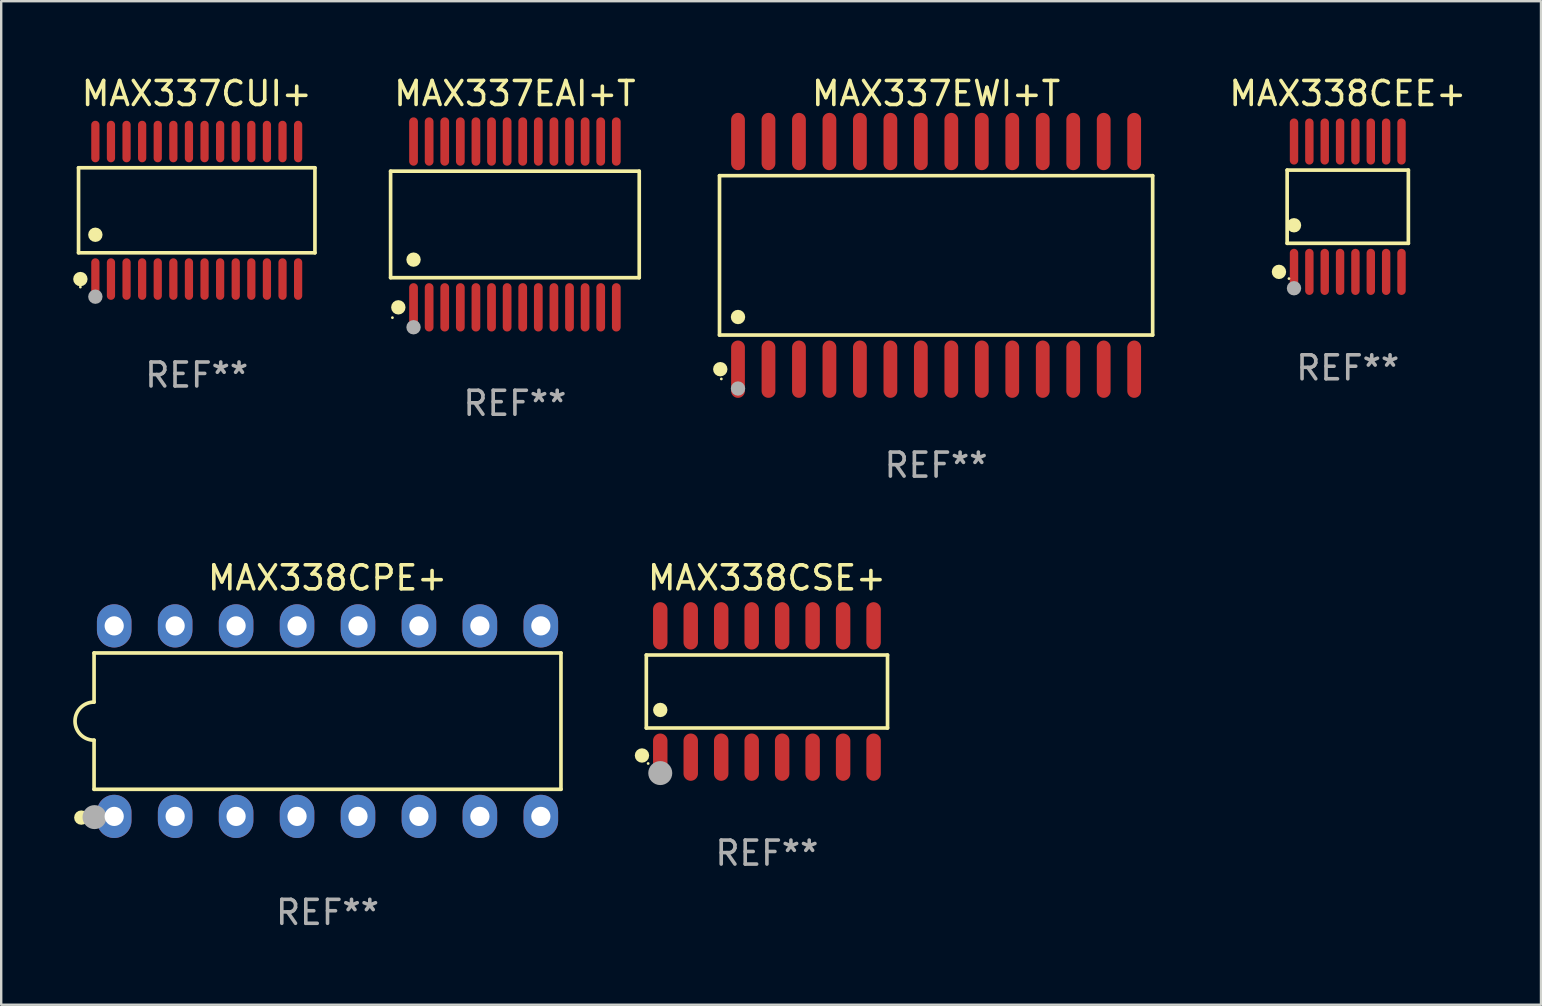
<source format=kicad_pcb>
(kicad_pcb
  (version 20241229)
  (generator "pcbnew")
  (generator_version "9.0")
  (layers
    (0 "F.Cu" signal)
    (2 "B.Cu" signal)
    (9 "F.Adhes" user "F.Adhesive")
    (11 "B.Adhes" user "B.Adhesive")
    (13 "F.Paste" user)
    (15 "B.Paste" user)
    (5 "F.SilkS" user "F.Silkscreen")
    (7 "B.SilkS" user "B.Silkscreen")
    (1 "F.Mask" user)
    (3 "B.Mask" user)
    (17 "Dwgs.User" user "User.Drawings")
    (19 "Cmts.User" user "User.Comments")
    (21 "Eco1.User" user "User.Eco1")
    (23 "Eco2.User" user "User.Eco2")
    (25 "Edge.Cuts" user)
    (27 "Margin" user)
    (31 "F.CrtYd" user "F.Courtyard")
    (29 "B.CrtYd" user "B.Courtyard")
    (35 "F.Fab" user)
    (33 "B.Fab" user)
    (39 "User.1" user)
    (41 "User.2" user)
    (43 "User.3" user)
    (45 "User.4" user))
  (footprint "MAX338CEE+"
    (layer "F.Cu")
    (at 53.117 5.564)
    (property "Reference" "MAX338CEE+" (at 0 -4.716 0) (layer "F.SilkS") (effects (font (size 1 1) (thickness 0.15))))
    (attr through_hole)
    (fp_line (start -2.526 -1.526) (end 2.526 -1.526) (stroke (width 0.152) (type solid)) (layer "F.SilkS"))
    (fp_line (start -2.526 1.526) (end -2.526 -1.526) (stroke (width 0.152) (type solid)) (layer "F.SilkS"))
    (fp_line (start 2.526 -1.526) (end 2.526 1.526) (stroke (width 0.152) (type solid)) (layer "F.SilkS"))
    (fp_line (start 2.526 1.526) (end -2.526 1.526) (stroke (width 0.152) (type solid)) (layer "F.SilkS"))
    (fp_circle (center -2.867 2.716) (end -2.717 2.716) (stroke (width 0.3) (type solid)) (fill no) (layer "F.SilkS"))
    (fp_circle (center -2.45 2.997) (end -2.42 2.997) (stroke (width 0.06) (type solid)) (fill no) (layer "F.SilkS"))
    (fp_circle (center -2.24 0.774) (end -2.09 0.774) (stroke (width 0.3) (type solid)) (fill no) (layer "F.SilkS"))
    (fp_circle (center -2.24 3.398) (end -2.09 3.398) (stroke (width 0.3) (type solid)) (fill no) (layer "F.Fab"))
    (fp_text user "REF**" (at 0 6.716 0) (layer "F.Fab") (effects (font (size 1 1) (thickness 0.15))))
    (pad "1" smd oval (at -2.24 2.716) (size 0.35 1.922) (layers "F.Cu" "F.Mask" "F.Paste"))
    (pad "2" smd oval (at -1.6 2.716) (size 0.35 1.922) (layers "F.Cu" "F.Mask" "F.Paste"))
    (pad "3" smd oval (at -0.96 2.716) (size 0.35 1.922) (layers "F.Cu" "F.Mask" "F.Paste"))
    (pad "4" smd oval (at -0.32 2.716) (size 0.35 1.922) (layers "F.Cu" "F.Mask" "F.Paste"))
    (pad "5" smd oval (at 0.32 2.716) (size 0.35 1.922) (layers "F.Cu" "F.Mask" "F.Paste"))
    (pad "6" smd oval (at 0.96 2.716) (size 0.35 1.922) (layers "F.Cu" "F.Mask" "F.Paste"))
    (pad "7" smd oval (at 1.6 2.716) (size 0.35 1.922) (layers "F.Cu" "F.Mask" "F.Paste"))
    (pad "8" smd oval (at 2.24 2.716) (size 0.35 1.922) (layers "F.Cu" "F.Mask" "F.Paste"))
    (pad "9" smd oval (at 2.24 -2.716) (size 0.35 1.922) (layers "F.Cu" "F.Mask" "F.Paste"))
    (pad "10" smd oval (at 1.6 -2.716) (size 0.35 1.922) (layers "F.Cu" "F.Mask" "F.Paste"))
    (pad "11" smd oval (at 0.96 -2.716) (size 0.35 1.922) (layers "F.Cu" "F.Mask" "F.Paste"))
    (pad "12" smd oval (at 0.32 -2.716) (size 0.35 1.922) (layers "F.Cu" "F.Mask" "F.Paste"))
    (pad "13" smd oval (at -0.32 -2.716) (size 0.35 1.922) (layers "F.Cu" "F.Mask" "F.Paste"))
    (pad "14" smd oval (at -0.96 -2.716) (size 0.35 1.922) (layers "F.Cu" "F.Mask" "F.Paste"))
    (pad "15" smd oval (at -1.6 -2.716) (size 0.35 1.922) (layers "F.Cu" "F.Mask" "F.Paste"))
    (pad "16" smd oval (at -2.24 -2.716) (size 0.35 1.922) (layers "F.Cu" "F.Mask" "F.Paste")))
  (footprint "MAX337CUI+"
    (layer "F.Cu")
    (at 5.149 5.714)
    (property "Reference" "MAX337CUI+" (at 0 -4.866 0) (layer "F.SilkS") (effects (font (size 1 1) (thickness 0.15))))
    (attr through_hole)
    (fp_line (start -4.926 -1.772) (end 4.926 -1.772) (stroke (width 0.152) (type solid)) (layer "F.SilkS"))
    (fp_line (start -4.926 1.771) (end -4.926 -1.772) (stroke (width 0.152) (type solid)) (layer "F.SilkS"))
    (fp_line (start 4.926 -1.772) (end 4.926 1.771) (stroke (width 0.152) (type solid)) (layer "F.SilkS"))
    (fp_line (start 4.926 1.771) (end -4.926 1.771) (stroke (width 0.152) (type solid)) (layer "F.SilkS"))
    (fp_circle (center -4.85 3.2) (end -4.82 3.2) (stroke (width 0.06) (type solid)) (fill no) (layer "F.SilkS"))
    (fp_circle (center -4.849 2.866) (end -4.699 2.866) (stroke (width 0.3) (type solid)) (fill no) (layer "F.SilkS"))
    (fp_circle (center -4.225 1.019) (end -4.075 1.019) (stroke (width 0.3) (type solid)) (fill no) (layer "F.SilkS"))
    (fp_circle (center -4.225 3.6) (end -4.075 3.6) (stroke (width 0.3) (type solid)) (fill no) (layer "F.Fab"))
    (fp_text user "REF**" (at 0 6.866 0) (layer "F.Fab") (effects (font (size 1 1) (thickness 0.15))))
    (pad "1" smd oval (at -4.225 2.866) (size 0.343 1.731) (layers "F.Cu" "F.Mask" "F.Paste"))
    (pad "2" smd oval (at -3.575 2.866) (size 0.343 1.731) (layers "F.Cu" "F.Mask" "F.Paste"))
    (pad "3" smd oval (at -2.925 2.866) (size 0.343 1.731) (layers "F.Cu" "F.Mask" "F.Paste"))
    (pad "4" smd oval (at -2.275 2.866) (size 0.343 1.731) (layers "F.Cu" "F.Mask" "F.Paste"))
    (pad "5" smd oval (at -1.625 2.866) (size 0.343 1.731) (layers "F.Cu" "F.Mask" "F.Paste"))
    (pad "6" smd oval (at -0.975 2.866) (size 0.343 1.731) (layers "F.Cu" "F.Mask" "F.Paste"))
    (pad "7" smd oval (at -0.325 2.866) (size 0.343 1.731) (layers "F.Cu" "F.Mask" "F.Paste"))
    (pad "8" smd oval (at 0.325 2.866) (size 0.343 1.731) (layers "F.Cu" "F.Mask" "F.Paste"))
    (pad "9" smd oval (at 0.975 2.866) (size 0.343 1.731) (layers "F.Cu" "F.Mask" "F.Paste"))
    (pad "10" smd oval (at 1.625 2.866) (size 0.343 1.731) (layers "F.Cu" "F.Mask" "F.Paste"))
    (pad "11" smd oval (at 2.275 2.866) (size 0.343 1.731) (layers "F.Cu" "F.Mask" "F.Paste"))
    (pad "12" smd oval (at 2.925 2.866) (size 0.343 1.731) (layers "F.Cu" "F.Mask" "F.Paste"))
    (pad "13" smd oval (at 3.575 2.866) (size 0.343 1.731) (layers "F.Cu" "F.Mask" "F.Paste"))
    (pad "14" smd oval (at 4.225 2.866) (size 0.343 1.731) (layers "F.Cu" "F.Mask" "F.Paste"))
    (pad "15" smd oval (at 4.225 -2.866) (size 0.343 1.731) (layers "F.Cu" "F.Mask" "F.Paste"))
    (pad "16" smd oval (at 3.575 -2.866) (size 0.343 1.731) (layers "F.Cu" "F.Mask" "F.Paste"))
    (pad "17" smd oval (at 2.925 -2.866) (size 0.343 1.731) (layers "F.Cu" "F.Mask" "F.Paste"))
    (pad "18" smd oval (at 2.275 -2.866) (size 0.343 1.731) (layers "F.Cu" "F.Mask" "F.Paste"))
    (pad "19" smd oval (at 1.625 -2.866) (size 0.343 1.731) (layers "F.Cu" "F.Mask" "F.Paste"))
    (pad "20" smd oval (at 0.975 -2.866) (size 0.343 1.731) (layers "F.Cu" "F.Mask" "F.Paste"))
    (pad "21" smd oval (at 0.325 -2.866) (size 0.343 1.731) (layers "F.Cu" "F.Mask" "F.Paste"))
    (pad "22" smd oval (at -0.325 -2.866) (size 0.343 1.731) (layers "F.Cu" "F.Mask" "F.Paste"))
    (pad "23" smd oval (at -0.975 -2.866) (size 0.343 1.731) (layers "F.Cu" "F.Mask" "F.Paste"))
    (pad "24" smd oval (at -1.625 -2.866) (size 0.343 1.731) (layers "F.Cu" "F.Mask" "F.Paste"))
    (pad "25" smd oval (at -2.275 -2.866) (size 0.343 1.731) (layers "F.Cu" "F.Mask" "F.Paste"))
    (pad "26" smd oval (at -2.925 -2.866) (size 0.343 1.731) (layers "F.Cu" "F.Mask" "F.Paste"))
    (pad "27" smd oval (at -3.575 -2.866) (size 0.343 1.731) (layers "F.Cu" "F.Mask" "F.Paste"))
    (pad "28" smd oval (at -4.225 -2.866) (size 0.343 1.731) (layers "F.Cu" "F.Mask" "F.Paste")))
  (footprint "MAX337EAI+T"
    (layer "F.Cu")
    (at 18.409 6.303)
    (property "Reference" "MAX337EAI+T" (at 0 -5.455 0) (layer "F.SilkS") (effects (font (size 1 1) (thickness 0.15))))
    (attr through_hole)
    (fp_line (start -5.181 -2.219) (end 5.181 -2.219) (stroke (width 0.152) (type solid)) (layer "F.SilkS"))
    (fp_line (start -5.181 2.219) (end -5.181 -2.219) (stroke (width 0.152) (type solid)) (layer "F.SilkS"))
    (fp_line (start 5.181 -2.219) (end 5.181 2.219) (stroke (width 0.152) (type solid)) (layer "F.SilkS"))
    (fp_line (start 5.181 2.219) (end -5.181 2.219) (stroke (width 0.152) (type solid)) (layer "F.SilkS"))
    (fp_circle (center -5.105 3.885) (end -5.075 3.885) (stroke (width 0.06) (type solid)) (fill no) (layer "F.SilkS"))
    (fp_circle (center -4.859 3.455) (end -4.709 3.455) (stroke (width 0.3) (type solid)) (fill no) (layer "F.SilkS"))
    (fp_circle (center -4.225 1.467) (end -4.075 1.467) (stroke (width 0.3) (type solid)) (fill no) (layer "F.SilkS"))
    (fp_circle (center -4.225 4.285) (end -4.075 4.285) (stroke (width 0.3) (type solid)) (fill no) (layer "F.Fab"))
    (fp_text user "REF**" (at 0 7.455 0) (layer "F.Fab") (effects (font (size 1 1) (thickness 0.15))))
    (pad "1" smd oval (at -4.225 3.455) (size 0.364 2.015) (layers "F.Cu" "F.Mask" "F.Paste"))
    (pad "2" smd oval (at -3.575 3.455) (size 0.364 2.015) (layers "F.Cu" "F.Mask" "F.Paste"))
    (pad "3" smd oval (at -2.925 3.455) (size 0.364 2.015) (layers "F.Cu" "F.Mask" "F.Paste"))
    (pad "4" smd oval (at -2.275 3.455) (size 0.364 2.015) (layers "F.Cu" "F.Mask" "F.Paste"))
    (pad "5" smd oval (at -1.625 3.455) (size 0.364 2.015) (layers "F.Cu" "F.Mask" "F.Paste"))
    (pad "6" smd oval (at -0.975 3.455) (size 0.364 2.015) (layers "F.Cu" "F.Mask" "F.Paste"))
    (pad "7" smd oval (at -0.325 3.455) (size 0.364 2.015) (layers "F.Cu" "F.Mask" "F.Paste"))
    (pad "8" smd oval (at 0.325 3.455) (size 0.364 2.015) (layers "F.Cu" "F.Mask" "F.Paste"))
    (pad "9" smd oval (at 0.975 3.455) (size 0.364 2.015) (layers "F.Cu" "F.Mask" "F.Paste"))
    (pad "10" smd oval (at 1.625 3.455) (size 0.364 2.015) (layers "F.Cu" "F.Mask" "F.Paste"))
    (pad "11" smd oval (at 2.275 3.455) (size 0.364 2.015) (layers "F.Cu" "F.Mask" "F.Paste"))
    (pad "12" smd oval (at 2.925 3.455) (size 0.364 2.015) (layers "F.Cu" "F.Mask" "F.Paste"))
    (pad "13" smd oval (at 3.575 3.455) (size 0.364 2.015) (layers "F.Cu" "F.Mask" "F.Paste"))
    (pad "14" smd oval (at 4.225 3.455) (size 0.364 2.015) (layers "F.Cu" "F.Mask" "F.Paste"))
    (pad "15" smd oval (at 4.225 -3.455) (size 0.364 2.015) (layers "F.Cu" "F.Mask" "F.Paste"))
    (pad "16" smd oval (at 3.575 -3.455) (size 0.364 2.015) (layers "F.Cu" "F.Mask" "F.Paste"))
    (pad "17" smd oval (at 2.925 -3.455) (size 0.364 2.015) (layers "F.Cu" "F.Mask" "F.Paste"))
    (pad "18" smd oval (at 2.275 -3.455) (size 0.364 2.015) (layers "F.Cu" "F.Mask" "F.Paste"))
    (pad "19" smd oval (at 1.625 -3.455) (size 0.364 2.015) (layers "F.Cu" "F.Mask" "F.Paste"))
    (pad "20" smd oval (at 0.975 -3.455) (size 0.364 2.015) (layers "F.Cu" "F.Mask" "F.Paste"))
    (pad "21" smd oval (at 0.325 -3.455) (size 0.364 2.015) (layers "F.Cu" "F.Mask" "F.Paste"))
    (pad "22" smd oval (at -0.325 -3.455) (size 0.364 2.015) (layers "F.Cu" "F.Mask" "F.Paste"))
    (pad "23" smd oval (at -0.975 -3.455) (size 0.364 2.015) (layers "F.Cu" "F.Mask" "F.Paste"))
    (pad "24" smd oval (at -1.625 -3.455) (size 0.364 2.015) (layers "F.Cu" "F.Mask" "F.Paste"))
    (pad "25" smd oval (at -2.275 -3.455) (size 0.364 2.015) (layers "F.Cu" "F.Mask" "F.Paste"))
    (pad "26" smd oval (at -2.925 -3.455) (size 0.364 2.015) (layers "F.Cu" "F.Mask" "F.Paste"))
    (pad "27" smd oval (at -3.575 -3.455) (size 0.364 2.015) (layers "F.Cu" "F.Mask" "F.Paste"))
    (pad "28" smd oval (at -4.225 -3.455) (size 0.364 2.015) (layers "F.Cu" "F.Mask" "F.Paste")))
  (footprint "MAX338CPE+"
    (layer "F.Cu")
    (at 10.599 27.003)
    (property "Reference" "MAX338CPE+" (at 0 -5.97 0) (layer "F.SilkS") (effects (font (size 1 1) (thickness 0.15))))
    (attr through_hole)
    (fp_line (start -9.729 -2.841) (end -9.729 -0.794) (stroke (width 0.152) (type solid)) (layer "F.SilkS"))
    (fp_line (start -9.729 0.794) (end -9.729 2.841) (stroke (width 0.152) (type solid)) (layer "F.SilkS"))
    (fp_line (start -9.729 2.841) (end 9.729 2.841) (stroke (width 0.152) (type solid)) (layer "F.SilkS"))
    (fp_line (start 9.729 -2.841) (end -9.729 -2.841) (stroke (width 0.152) (type solid)) (layer "F.SilkS"))
    (fp_line (start 9.729 2.841) (end 9.729 -2.841) (stroke (width 0.152) (type solid)) (layer "F.SilkS"))
    (fp_arc (start -9.7287 0.793749) (mid -10.522449 0) (end -9.7287 -0.793749) (stroke (width 0.1524) (type solid)) (layer "F.SilkS"))
    (fp_circle (center -10.26 4.02) (end -10.11 4.02) (stroke (width 0.3) (type solid)) (fill no) (layer "F.SilkS"))
    (fp_circle (center -9.653 4.23) (end -9.623 4.23) (stroke (width 0.06) (type solid)) (fill no) (layer "F.SilkS"))
    (fp_circle (center -9.71 4) (end -9.46 4) (stroke (width 0.5) (type solid)) (fill no) (layer "F.Fab"))
    (fp_text user "REF**" (at 0 7.97 0) (layer "F.Fab") (effects (font (size 1 1) (thickness 0.15))))
    (pad "1" thru_hole oval (at -8.89 3.97) (size 1.44 1.8) (drill 0.8) (layers "*.Cu" "*.Mask"))
    (pad "2" thru_hole oval (at -6.35 3.97) (size 1.44 1.8) (drill 0.8) (layers "*.Cu" "*.Mask"))
    (pad "3" thru_hole oval (at -3.81 3.97) (size 1.44 1.8) (drill 0.8) (layers "*.Cu" "*.Mask"))
    (pad "4" thru_hole oval (at -1.27 3.97) (size 1.44 1.8) (drill 0.8) (layers "*.Cu" "*.Mask"))
    (pad "5" thru_hole oval (at 1.27 3.97) (size 1.44 1.8) (drill 0.8) (layers "*.Cu" "*.Mask"))
    (pad "6" thru_hole oval (at 3.81 3.97) (size 1.44 1.8) (drill 0.8) (layers "*.Cu" "*.Mask"))
    (pad "7" thru_hole oval (at 6.35 3.97) (size 1.44 1.8) (drill 0.8) (layers "*.Cu" "*.Mask"))
    (pad "8" thru_hole oval (at 8.89 3.97) (size 1.44 1.8) (drill 0.8) (layers "*.Cu" "*.Mask"))
    (pad "9" thru_hole oval (at 8.89 -3.97) (size 1.44 1.8) (drill 0.8) (layers "*.Cu" "*.Mask"))
    (pad "10" thru_hole oval (at 6.35 -3.97) (size 1.44 1.8) (drill 0.8) (layers "*.Cu" "*.Mask"))
    (pad "11" thru_hole oval (at 3.81 -3.97) (size 1.44 1.8) (drill 0.8) (layers "*.Cu" "*.Mask"))
    (pad "12" thru_hole oval (at 1.27 -3.97) (size 1.44 1.8) (drill 0.8) (layers "*.Cu" "*.Mask"))
    (pad "13" thru_hole oval (at -1.27 -3.97) (size 1.44 1.8) (drill 0.8) (layers "*.Cu" "*.Mask"))
    (pad "14" thru_hole oval (at -3.81 -3.97) (size 1.44 1.8) (drill 0.8) (layers "*.Cu" "*.Mask"))
    (pad "15" thru_hole oval (at -6.35 -3.97) (size 1.44 1.8) (drill 0.8) (layers "*.Cu" "*.Mask"))
    (pad "16" thru_hole oval (at -8.89 -3.97) (size 1.44 1.8) (drill 0.8) (layers "*.Cu" "*.Mask")))
  (footprint "MAX338CSE+"
    (layer "F.Cu")
    (at 28.911 25.768)
    (property "Reference" "MAX338CSE+" (at 0 -4.736 0) (layer "F.SilkS") (effects (font (size 1 1) (thickness 0.15))))
    (attr through_hole)
    (fp_line (start -5.026 -1.521) (end 5.026 -1.521) (stroke (width 0.152) (type solid)) (layer "F.SilkS"))
    (fp_line (start -5.026 1.521) (end -5.026 -1.521) (stroke (width 0.152) (type solid)) (layer "F.SilkS"))
    (fp_line (start 5.026 -1.521) (end 5.026 1.521) (stroke (width 0.152) (type solid)) (layer "F.SilkS"))
    (fp_line (start 5.026 1.521) (end -5.026 1.521) (stroke (width 0.152) (type solid)) (layer "F.SilkS"))
    (fp_circle (center -5.207 2.667) (end -5.057 2.667) (stroke (width 0.3) (type solid)) (fill no) (layer "F.SilkS"))
    (fp_circle (center -4.95 3) (end -4.92 3) (stroke (width 0.06) (type solid)) (fill no) (layer "F.SilkS"))
    (fp_circle (center -4.445 0.769) (end -4.295 0.769) (stroke (width 0.3) (type solid)) (fill no) (layer "F.SilkS"))
    (fp_circle (center -4.445 3.4) (end -4.195 3.4) (stroke (width 0.5) (type solid)) (fill no) (layer "F.Fab"))
    (fp_text user "REF**" (at 0 6.736 0) (layer "F.Fab") (effects (font (size 1 1) (thickness 0.15))))
    (pad "1" smd oval (at -4.445 2.736) (size 0.602 1.971) (layers "F.Cu" "F.Mask" "F.Paste"))
    (pad "2" smd oval (at -3.175 2.736) (size 0.602 1.971) (layers "F.Cu" "F.Mask" "F.Paste"))
    (pad "3" smd oval (at -1.905 2.736) (size 0.602 1.971) (layers "F.Cu" "F.Mask" "F.Paste"))
    (pad "4" smd oval (at -0.635 2.736) (size 0.602 1.971) (layers "F.Cu" "F.Mask" "F.Paste"))
    (pad "5" smd oval (at 0.635 2.736) (size 0.602 1.971) (layers "F.Cu" "F.Mask" "F.Paste"))
    (pad "6" smd oval (at 1.905 2.736) (size 0.602 1.971) (layers "F.Cu" "F.Mask" "F.Paste"))
    (pad "7" smd oval (at 3.175 2.736) (size 0.602 1.971) (layers "F.Cu" "F.Mask" "F.Paste"))
    (pad "8" smd oval (at 4.445 2.736) (size 0.602 1.971) (layers "F.Cu" "F.Mask" "F.Paste"))
    (pad "9" smd oval (at 4.445 -2.736) (size 0.602 1.971) (layers "F.Cu" "F.Mask" "F.Paste"))
    (pad "10" smd oval (at 3.175 -2.736) (size 0.602 1.971) (layers "F.Cu" "F.Mask" "F.Paste"))
    (pad "11" smd oval (at 1.905 -2.736) (size 0.602 1.971) (layers "F.Cu" "F.Mask" "F.Paste"))
    (pad "12" smd oval (at 0.635 -2.736) (size 0.602 1.971) (layers "F.Cu" "F.Mask" "F.Paste"))
    (pad "13" smd oval (at -0.635 -2.736) (size 0.602 1.971) (layers "F.Cu" "F.Mask" "F.Paste"))
    (pad "14" smd oval (at -1.905 -2.736) (size 0.602 1.971) (layers "F.Cu" "F.Mask" "F.Paste"))
    (pad "15" smd oval (at -3.175 -2.736) (size 0.602 1.971) (layers "F.Cu" "F.Mask" "F.Paste"))
    (pad "16" smd oval (at -4.445 -2.736) (size 0.602 1.971) (layers "F.Cu" "F.Mask" "F.Paste")))
  (footprint "MAX337EWI+T"
    (layer "F.Cu")
    (at 35.961 7.592)
    (property "Reference" "MAX337EWI+T" (at 0 -6.744 0) (layer "F.SilkS") (effects (font (size 1 1) (thickness 0.15))))
    (attr through_hole)
    (fp_line (start -9.026 -3.321) (end 9.026 -3.321) (stroke (width 0.152) (type solid)) (layer "F.SilkS"))
    (fp_line (start -9.026 3.321) (end -9.026 -3.321) (stroke (width 0.152) (type solid)) (layer "F.SilkS"))
    (fp_line (start 9.026 -3.321) (end 9.026 3.321) (stroke (width 0.152) (type solid)) (layer "F.SilkS"))
    (fp_line (start 9.026 3.321) (end -9.026 3.321) (stroke (width 0.152) (type solid)) (layer "F.SilkS"))
    (fp_circle (center -8.994 4.744) (end -8.844 4.744) (stroke (width 0.3) (type solid)) (fill no) (layer "F.SilkS"))
    (fp_circle (center -8.95 5.15) (end -8.92 5.15) (stroke (width 0.06) (type solid)) (fill no) (layer "F.SilkS"))
    (fp_circle (center -8.255 2.569) (end -8.105 2.569) (stroke (width 0.3) (type solid)) (fill no) (layer "F.SilkS"))
    (fp_circle (center -8.255 5.55) (end -8.105 5.55) (stroke (width 0.3) (type solid)) (fill no) (layer "F.Fab"))
    (fp_text user "REF**" (at 0 8.744 0) (layer "F.Fab") (effects (font (size 1 1) (thickness 0.15))))
    (pad "1" smd oval (at -8.255 4.744) (size 0.574 2.388) (layers "F.Cu" "F.Mask" "F.Paste"))
    (pad "2" smd oval (at -6.985 4.744) (size 0.574 2.388) (layers "F.Cu" "F.Mask" "F.Paste"))
    (pad "3" smd oval (at -5.715 4.744) (size 0.574 2.388) (layers "F.Cu" "F.Mask" "F.Paste"))
    (pad "4" smd oval (at -4.445 4.744) (size 0.574 2.388) (layers "F.Cu" "F.Mask" "F.Paste"))
    (pad "5" smd oval (at -3.175 4.744) (size 0.574 2.388) (layers "F.Cu" "F.Mask" "F.Paste"))
    (pad "6" smd oval (at -1.905 4.744) (size 0.574 2.388) (layers "F.Cu" "F.Mask" "F.Paste"))
    (pad "7" smd oval (at -0.635 4.744) (size 0.574 2.388) (layers "F.Cu" "F.Mask" "F.Paste"))
    (pad "8" smd oval (at 0.635 4.744) (size 0.574 2.388) (layers "F.Cu" "F.Mask" "F.Paste"))
    (pad "9" smd oval (at 1.905 4.744) (size 0.574 2.388) (layers "F.Cu" "F.Mask" "F.Paste"))
    (pad "10" smd oval (at 3.175 4.744) (size 0.574 2.388) (layers "F.Cu" "F.Mask" "F.Paste"))
    (pad "11" smd oval (at 4.445 4.744) (size 0.574 2.388) (layers "F.Cu" "F.Mask" "F.Paste"))
    (pad "12" smd oval (at 5.715 4.744) (size 0.574 2.388) (layers "F.Cu" "F.Mask" "F.Paste"))
    (pad "13" smd oval (at 6.985 4.744) (size 0.574 2.388) (layers "F.Cu" "F.Mask" "F.Paste"))
    (pad "14" smd oval (at 8.255 4.744) (size 0.574 2.388) (layers "F.Cu" "F.Mask" "F.Paste"))
    (pad "15" smd oval (at 8.255 -4.744) (size 0.574 2.388) (layers "F.Cu" "F.Mask" "F.Paste"))
    (pad "16" smd oval (at 6.985 -4.744) (size 0.574 2.388) (layers "F.Cu" "F.Mask" "F.Paste"))
    (pad "17" smd oval (at 5.715 -4.744) (size 0.574 2.388) (layers "F.Cu" "F.Mask" "F.Paste"))
    (pad "18" smd oval (at 4.445 -4.744) (size 0.574 2.388) (layers "F.Cu" "F.Mask" "F.Paste"))
    (pad "19" smd oval (at 3.175 -4.744) (size 0.574 2.388) (layers "F.Cu" "F.Mask" "F.Paste"))
    (pad "20" smd oval (at 1.905 -4.744) (size 0.574 2.388) (layers "F.Cu" "F.Mask" "F.Paste"))
    (pad "21" smd oval (at 0.635 -4.744) (size 0.574 2.388) (layers "F.Cu" "F.Mask" "F.Paste"))
    (pad "22" smd oval (at -0.635 -4.744) (size 0.574 2.388) (layers "F.Cu" "F.Mask" "F.Paste"))
    (pad "23" smd oval (at -1.905 -4.744) (size 0.574 2.388) (layers "F.Cu" "F.Mask" "F.Paste"))
    (pad "24" smd oval (at -3.175 -4.744) (size 0.574 2.388) (layers "F.Cu" "F.Mask" "F.Paste"))
    (pad "25" smd oval (at -4.445 -4.744) (size 0.574 2.388) (layers "F.Cu" "F.Mask" "F.Paste"))
    (pad "26" smd oval (at -5.715 -4.744) (size 0.574 2.388) (layers "F.Cu" "F.Mask" "F.Paste"))
    (pad "27" smd oval (at -6.985 -4.744) (size 0.574 2.388) (layers "F.Cu" "F.Mask" "F.Paste"))
    (pad "28" smd oval (at -8.255 -4.744) (size 0.574 2.388) (layers "F.Cu" "F.Mask" "F.Paste")))
  (gr_rect
    (start -3 -3)
    (end 61.17 38.821)
    (stroke (width 0.1) (type default))
    (fill no)
    (layer "Edge.Cuts")))
</source>
